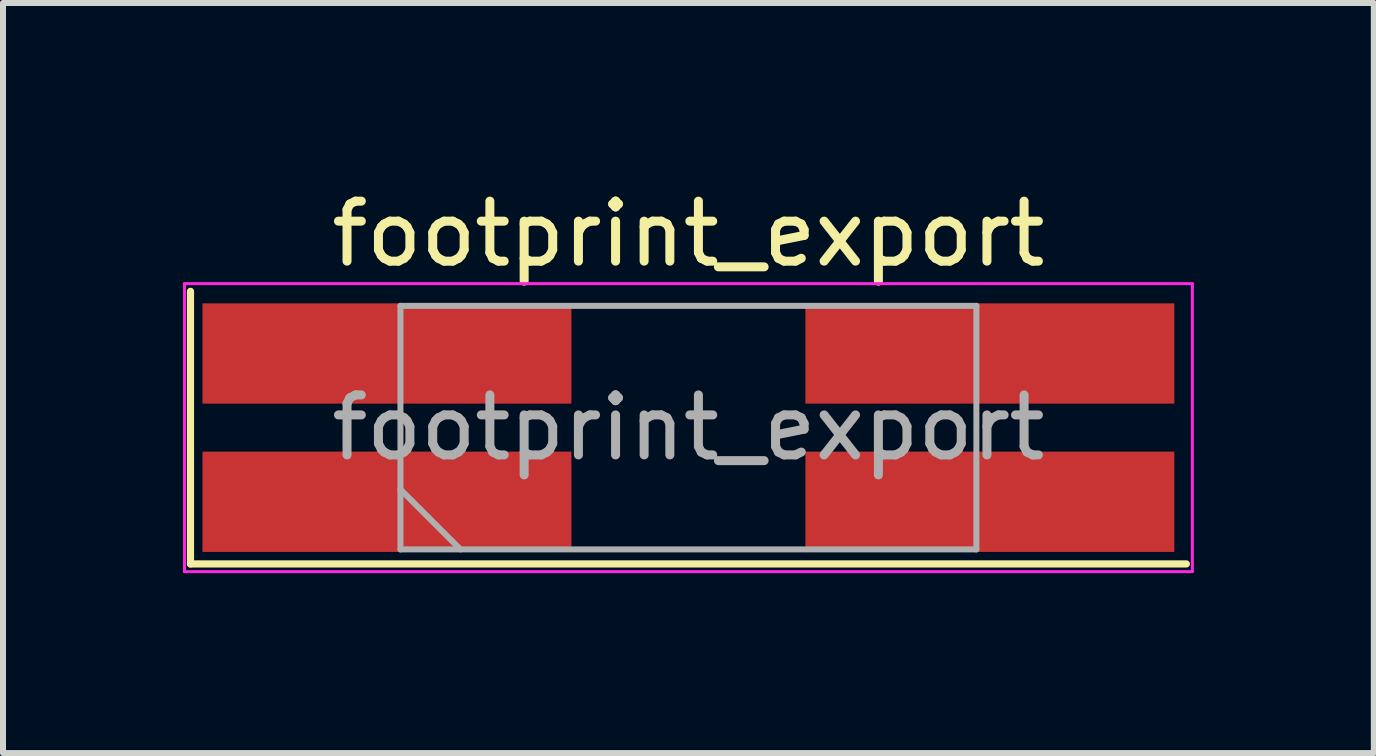
<source format=kicad_pcb>
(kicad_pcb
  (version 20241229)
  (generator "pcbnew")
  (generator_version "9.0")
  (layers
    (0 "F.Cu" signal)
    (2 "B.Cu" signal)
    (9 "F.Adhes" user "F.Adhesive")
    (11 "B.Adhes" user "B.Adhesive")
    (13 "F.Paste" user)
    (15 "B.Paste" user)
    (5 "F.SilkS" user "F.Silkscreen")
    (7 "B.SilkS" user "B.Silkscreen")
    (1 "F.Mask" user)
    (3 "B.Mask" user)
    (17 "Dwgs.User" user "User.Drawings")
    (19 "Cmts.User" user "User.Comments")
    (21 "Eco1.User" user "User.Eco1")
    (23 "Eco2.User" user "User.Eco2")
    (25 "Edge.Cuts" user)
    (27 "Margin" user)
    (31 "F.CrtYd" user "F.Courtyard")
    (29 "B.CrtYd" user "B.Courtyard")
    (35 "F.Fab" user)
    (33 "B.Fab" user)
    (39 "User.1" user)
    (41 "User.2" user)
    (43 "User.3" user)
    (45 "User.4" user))
  (footprint "footprint_export"
    (layer "F.Cu")
    (at 8.425 4.078)
    (property "Reference" "footprint_export" (at 0 -3.23 0) (layer "F.SilkS") (effects (font (size 1 1) (thickness 0.15))))
    (attr smd)
    (fp_line (start -8.3 -2.272) (end -8.3 2.272) (stroke (width 0.12) (type solid)) (layer "F.SilkS"))
    (fp_line (start -8.3 2.272) (end 8.3 2.272) (stroke (width 0.12) (type solid)) (layer "F.SilkS"))
    (fp_line (start -8.4 -2.4) (end -8.4 2.4) (stroke (width 0.05) (type solid)) (layer "F.CrtYd"))
    (fp_line (start -8.4 2.4) (end 8.4 2.4) (stroke (width 0.05) (type solid)) (layer "F.CrtYd"))
    (fp_line (start 8.4 -2.4) (end -8.4 -2.4) (stroke (width 0.05) (type solid)) (layer "F.CrtYd"))
    (fp_line (start 8.4 2.4) (end 8.4 -2.4) (stroke (width 0.05) (type solid)) (layer "F.CrtYd"))
    (fp_line (start -4.8 -2.03) (end -4.8 2.03) (stroke (width 0.1) (type solid)) (layer "F.Fab"))
    (fp_line (start -4.8 1.03) (end -3.8 2.03) (stroke (width 0.1) (type solid)) (layer "F.Fab"))
    (fp_line (start -4.8 2.03) (end 4.8 2.03) (stroke (width 0.1) (type solid)) (layer "F.Fab"))
    (fp_line (start 4.8 -2.03) (end -4.8 -2.03) (stroke (width 0.1) (type solid)) (layer "F.Fab"))
    (fp_line (start 4.8 2.03) (end 4.8 -2.03) (stroke (width 0.1) (type solid)) (layer "F.Fab"))
    (fp_text user "${REFERENCE}" (at 0 0 0) (layer "F.Fab") (effects (font (size 1 1) (thickness 0.15))))
    (pad "1" smd rect (at -5.025 1.236) (size 6.15 1.672) (layers "F.Cu" "F.Mask" "F.Paste"))
    (pad "2" smd rect (at 5.025 1.236) (size 6.15 1.672) (layers "F.Cu" "F.Mask" "F.Paste"))
    (pad "3" smd rect (at 5.025 -1.236) (size 6.15 1.672) (layers "F.Cu" "F.Mask" "F.Paste"))
    (pad "4" smd rect (at -5.025 -1.236) (size 6.15 1.672) (layers "F.Cu" "F.Mask" "F.Paste")))
  (gr_rect
    (start -3 -3)
    (end 19.85 9.503)
    (stroke (width 0.1) (type default))
    (fill no)
    (layer "Edge.Cuts")))
</source>
